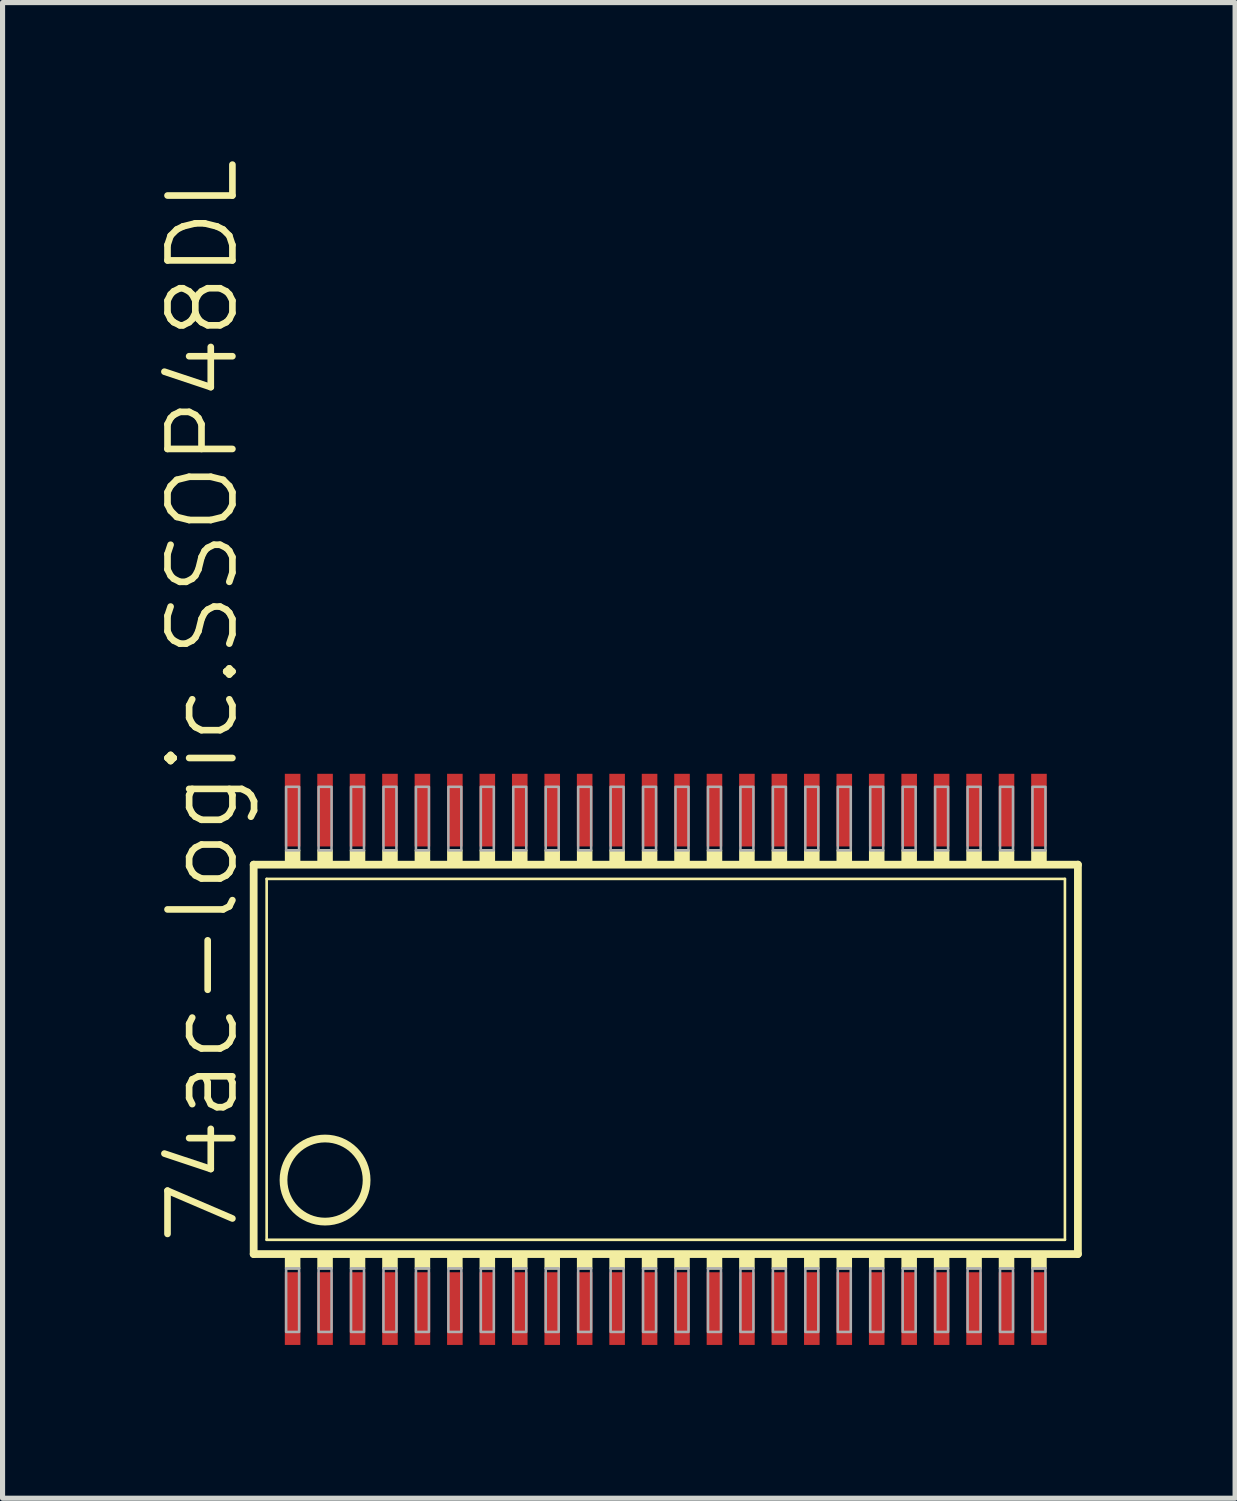
<source format=kicad_pcb>
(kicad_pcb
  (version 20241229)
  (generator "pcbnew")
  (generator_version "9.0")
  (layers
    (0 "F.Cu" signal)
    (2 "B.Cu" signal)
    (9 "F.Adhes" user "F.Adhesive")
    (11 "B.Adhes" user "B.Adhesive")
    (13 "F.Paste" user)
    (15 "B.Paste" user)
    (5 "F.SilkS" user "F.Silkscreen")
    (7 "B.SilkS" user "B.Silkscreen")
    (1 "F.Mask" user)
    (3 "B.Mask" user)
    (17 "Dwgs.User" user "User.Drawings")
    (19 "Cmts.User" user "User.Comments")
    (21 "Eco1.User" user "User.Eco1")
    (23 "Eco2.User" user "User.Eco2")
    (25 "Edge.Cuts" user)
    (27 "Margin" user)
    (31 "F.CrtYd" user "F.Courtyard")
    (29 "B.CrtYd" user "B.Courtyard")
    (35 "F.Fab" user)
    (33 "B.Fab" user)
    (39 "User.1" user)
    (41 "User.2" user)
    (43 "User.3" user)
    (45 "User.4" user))
  (footprint "74ac-logic.SSOP48DL"
    (layer "F.Cu")
    (at 9.661 17.68)
    (property "Reference" "74ac-logic.SSOP48DL" (at -8.001 3.683 90) (layer "F.SilkS") (effects (font (size 1.27 1.27) (thickness 0.13)) (justify left bottom)))
    (attr smd)
    (fp_line (start -7.747 3.81) (end -7.747 -3.81) (stroke (width 0.152) (type default)) (layer "F.SilkS"))
    (fp_line (start -7.747 3.81) (end 8.382 3.81) (stroke (width 0.152) (type default)) (layer "F.SilkS"))
    (fp_line (start -7.493 3.531) (end -7.493 -3.531) (stroke (width 0.051) (type default)) (layer "F.SilkS"))
    (fp_line (start -7.493 3.531) (end 8.128 3.531) (stroke (width 0.051) (type default)) (layer "F.SilkS"))
    (fp_line (start 8.128 -3.531) (end -7.493 -3.531) (stroke (width 0.051) (type default)) (layer "F.SilkS"))
    (fp_line (start 8.128 -3.531) (end 8.128 3.531) (stroke (width 0.051) (type default)) (layer "F.SilkS"))
    (fp_line (start 8.382 -3.81) (end -7.747 -3.81) (stroke (width 0.152) (type default)) (layer "F.SilkS"))
    (fp_line (start 8.382 3.81) (end 8.382 -3.81) (stroke (width 0.152) (type default)) (layer "F.SilkS"))
    (fp_rect (start -7.112 -3.81) (end -6.858 -4.089) (stroke (width 0.05) (type default)) (fill yes) (layer "F.SilkS"))
    (fp_rect (start -7.112 4.089) (end -6.858 3.81) (stroke (width 0.05) (type default)) (fill yes) (layer "F.SilkS"))
    (fp_rect (start -6.477 -3.81) (end -6.223 -4.089) (stroke (width 0.05) (type default)) (fill yes) (layer "F.SilkS"))
    (fp_rect (start -6.477 4.089) (end -6.223 3.81) (stroke (width 0.05) (type default)) (fill yes) (layer "F.SilkS"))
    (fp_rect (start -5.842 -3.81) (end -5.588 -4.089) (stroke (width 0.05) (type default)) (fill yes) (layer "F.SilkS"))
    (fp_rect (start -5.842 4.089) (end -5.588 3.81) (stroke (width 0.05) (type default)) (fill yes) (layer "F.SilkS"))
    (fp_rect (start -5.207 -3.81) (end -4.953 -4.089) (stroke (width 0.05) (type default)) (fill yes) (layer "F.SilkS"))
    (fp_rect (start -5.207 4.089) (end -4.953 3.81) (stroke (width 0.05) (type default)) (fill yes) (layer "F.SilkS"))
    (fp_rect (start -4.572 -3.81) (end -4.318 -4.089) (stroke (width 0.05) (type default)) (fill yes) (layer "F.SilkS"))
    (fp_rect (start -4.572 4.089) (end -4.318 3.81) (stroke (width 0.05) (type default)) (fill yes) (layer "F.SilkS"))
    (fp_rect (start -3.937 -3.81) (end -3.683 -4.089) (stroke (width 0.05) (type default)) (fill yes) (layer "F.SilkS"))
    (fp_rect (start -3.937 4.089) (end -3.683 3.81) (stroke (width 0.05) (type default)) (fill yes) (layer "F.SilkS"))
    (fp_rect (start -3.302 -3.81) (end -3.048 -4.089) (stroke (width 0.05) (type default)) (fill yes) (layer "F.SilkS"))
    (fp_rect (start -3.302 4.089) (end -3.048 3.81) (stroke (width 0.05) (type default)) (fill yes) (layer "F.SilkS"))
    (fp_rect (start -2.667 -3.81) (end -2.413 -4.089) (stroke (width 0.05) (type default)) (fill yes) (layer "F.SilkS"))
    (fp_rect (start -2.667 4.089) (end -2.413 3.81) (stroke (width 0.05) (type default)) (fill yes) (layer "F.SilkS"))
    (fp_rect (start -2.032 -3.81) (end -1.778 -4.089) (stroke (width 0.05) (type default)) (fill yes) (layer "F.SilkS"))
    (fp_rect (start -2.032 4.089) (end -1.778 3.81) (stroke (width 0.05) (type default)) (fill yes) (layer "F.SilkS"))
    (fp_rect (start -1.397 -3.81) (end -1.143 -4.089) (stroke (width 0.05) (type default)) (fill yes) (layer "F.SilkS"))
    (fp_rect (start -1.397 4.089) (end -1.143 3.81) (stroke (width 0.05) (type default)) (fill yes) (layer "F.SilkS"))
    (fp_rect (start -0.762 -3.81) (end -0.508 -4.089) (stroke (width 0.05) (type default)) (fill yes) (layer "F.SilkS"))
    (fp_rect (start -0.762 4.089) (end -0.508 3.81) (stroke (width 0.05) (type default)) (fill yes) (layer "F.SilkS"))
    (fp_rect (start -0.127 -3.81) (end 0.127 -4.089) (stroke (width 0.05) (type default)) (fill yes) (layer "F.SilkS"))
    (fp_rect (start -0.127 4.089) (end 0.127 3.81) (stroke (width 0.05) (type default)) (fill yes) (layer "F.SilkS"))
    (fp_rect (start 0.508 -3.81) (end 0.762 -4.089) (stroke (width 0.05) (type default)) (fill yes) (layer "F.SilkS"))
    (fp_rect (start 0.508 4.089) (end 0.762 3.81) (stroke (width 0.05) (type default)) (fill yes) (layer "F.SilkS"))
    (fp_rect (start 1.143 -3.81) (end 1.397 -4.089) (stroke (width 0.05) (type default)) (fill yes) (layer "F.SilkS"))
    (fp_rect (start 1.143 4.089) (end 1.397 3.81) (stroke (width 0.05) (type default)) (fill yes) (layer "F.SilkS"))
    (fp_rect (start 1.778 -3.81) (end 2.032 -4.089) (stroke (width 0.05) (type default)) (fill yes) (layer "F.SilkS"))
    (fp_rect (start 1.778 4.089) (end 2.032 3.81) (stroke (width 0.05) (type default)) (fill yes) (layer "F.SilkS"))
    (fp_rect (start 2.413 -3.81) (end 2.667 -4.089) (stroke (width 0.05) (type default)) (fill yes) (layer "F.SilkS"))
    (fp_rect (start 2.413 4.089) (end 2.667 3.81) (stroke (width 0.05) (type default)) (fill yes) (layer "F.SilkS"))
    (fp_rect (start 3.048 -3.81) (end 3.302 -4.089) (stroke (width 0.05) (type default)) (fill yes) (layer "F.SilkS"))
    (fp_rect (start 3.048 4.089) (end 3.302 3.81) (stroke (width 0.05) (type default)) (fill yes) (layer "F.SilkS"))
    (fp_rect (start 3.683 -3.81) (end 3.937 -4.089) (stroke (width 0.05) (type default)) (fill yes) (layer "F.SilkS"))
    (fp_rect (start 3.683 4.089) (end 3.937 3.81) (stroke (width 0.05) (type default)) (fill yes) (layer "F.SilkS"))
    (fp_rect (start 4.318 -3.81) (end 4.572 -4.089) (stroke (width 0.05) (type default)) (fill yes) (layer "F.SilkS"))
    (fp_rect (start 4.318 4.089) (end 4.572 3.81) (stroke (width 0.05) (type default)) (fill yes) (layer "F.SilkS"))
    (fp_rect (start 4.953 -3.81) (end 5.207 -4.089) (stroke (width 0.05) (type default)) (fill yes) (layer "F.SilkS"))
    (fp_rect (start 4.953 4.089) (end 5.207 3.81) (stroke (width 0.05) (type default)) (fill yes) (layer "F.SilkS"))
    (fp_rect (start 5.588 -3.81) (end 5.842 -4.089) (stroke (width 0.05) (type default)) (fill yes) (layer "F.SilkS"))
    (fp_rect (start 5.588 4.089) (end 5.842 3.81) (stroke (width 0.05) (type default)) (fill yes) (layer "F.SilkS"))
    (fp_rect (start 6.223 -3.81) (end 6.477 -4.089) (stroke (width 0.05) (type default)) (fill yes) (layer "F.SilkS"))
    (fp_rect (start 6.223 4.089) (end 6.477 3.81) (stroke (width 0.05) (type default)) (fill yes) (layer "F.SilkS"))
    (fp_rect (start 6.858 -3.81) (end 7.112 -4.089) (stroke (width 0.05) (type default)) (fill yes) (layer "F.SilkS"))
    (fp_rect (start 6.858 4.089) (end 7.112 3.81) (stroke (width 0.05) (type default)) (fill yes) (layer "F.SilkS"))
    (fp_rect (start 7.493 -3.81) (end 7.747 -4.089) (stroke (width 0.05) (type default)) (fill yes) (layer "F.SilkS"))
    (fp_rect (start 7.493 4.089) (end 7.747 3.81) (stroke (width 0.05) (type default)) (fill yes) (layer "F.SilkS"))
    (fp_circle (center -6.35 2.362) (end -5.537 2.362) (stroke (width 0.152) (type default)) (fill no) (layer "F.SilkS"))
    (fp_rect (start -7.112 -4.089) (end -6.858 -5.334) (stroke (width 0.05) (type default)) (fill no) (layer "F.Fab"))
    (fp_rect (start -7.112 5.334) (end -6.858 4.089) (stroke (width 0.05) (type default)) (fill no) (layer "F.Fab"))
    (fp_rect (start -6.477 -4.089) (end -6.223 -5.334) (stroke (width 0.05) (type default)) (fill no) (layer "F.Fab"))
    (fp_rect (start -6.477 5.334) (end -6.223 4.089) (stroke (width 0.05) (type default)) (fill no) (layer "F.Fab"))
    (fp_rect (start -5.842 -4.089) (end -5.588 -5.334) (stroke (width 0.05) (type default)) (fill no) (layer "F.Fab"))
    (fp_rect (start -5.842 5.334) (end -5.588 4.089) (stroke (width 0.05) (type default)) (fill no) (layer "F.Fab"))
    (fp_rect (start -5.207 -4.089) (end -4.953 -5.334) (stroke (width 0.05) (type default)) (fill no) (layer "F.Fab"))
    (fp_rect (start -5.207 5.334) (end -4.953 4.089) (stroke (width 0.05) (type default)) (fill no) (layer "F.Fab"))
    (fp_rect (start -4.572 -4.089) (end -4.318 -5.334) (stroke (width 0.05) (type default)) (fill no) (layer "F.Fab"))
    (fp_rect (start -4.572 5.334) (end -4.318 4.089) (stroke (width 0.05) (type default)) (fill no) (layer "F.Fab"))
    (fp_rect (start -3.937 -4.089) (end -3.683 -5.334) (stroke (width 0.05) (type default)) (fill no) (layer "F.Fab"))
    (fp_rect (start -3.937 5.334) (end -3.683 4.089) (stroke (width 0.05) (type default)) (fill no) (layer "F.Fab"))
    (fp_rect (start -3.302 -4.089) (end -3.048 -5.334) (stroke (width 0.05) (type default)) (fill no) (layer "F.Fab"))
    (fp_rect (start -3.302 5.334) (end -3.048 4.089) (stroke (width 0.05) (type default)) (fill no) (layer "F.Fab"))
    (fp_rect (start -2.667 -4.089) (end -2.413 -5.334) (stroke (width 0.05) (type default)) (fill no) (layer "F.Fab"))
    (fp_rect (start -2.667 5.334) (end -2.413 4.089) (stroke (width 0.05) (type default)) (fill no) (layer "F.Fab"))
    (fp_rect (start -2.032 -4.089) (end -1.778 -5.334) (stroke (width 0.05) (type default)) (fill no) (layer "F.Fab"))
    (fp_rect (start -2.032 5.334) (end -1.778 4.089) (stroke (width 0.05) (type default)) (fill no) (layer "F.Fab"))
    (fp_rect (start -1.397 -4.089) (end -1.143 -5.334) (stroke (width 0.05) (type default)) (fill no) (layer "F.Fab"))
    (fp_rect (start -1.397 5.334) (end -1.143 4.089) (stroke (width 0.05) (type default)) (fill no) (layer "F.Fab"))
    (fp_rect (start -0.762 -4.089) (end -0.508 -5.334) (stroke (width 0.05) (type default)) (fill no) (layer "F.Fab"))
    (fp_rect (start -0.762 5.334) (end -0.508 4.089) (stroke (width 0.05) (type default)) (fill no) (layer "F.Fab"))
    (fp_rect (start -0.127 -4.089) (end 0.127 -5.334) (stroke (width 0.05) (type default)) (fill no) (layer "F.Fab"))
    (fp_rect (start -0.127 5.334) (end 0.127 4.089) (stroke (width 0.05) (type default)) (fill no) (layer "F.Fab"))
    (fp_rect (start 0.508 -4.089) (end 0.762 -5.334) (stroke (width 0.05) (type default)) (fill no) (layer "F.Fab"))
    (fp_rect (start 0.508 5.334) (end 0.762 4.089) (stroke (width 0.05) (type default)) (fill no) (layer "F.Fab"))
    (fp_rect (start 1.143 -4.089) (end 1.397 -5.334) (stroke (width 0.05) (type default)) (fill no) (layer "F.Fab"))
    (fp_rect (start 1.143 5.334) (end 1.397 4.089) (stroke (width 0.05) (type default)) (fill no) (layer "F.Fab"))
    (fp_rect (start 1.778 -4.089) (end 2.032 -5.334) (stroke (width 0.05) (type default)) (fill no) (layer "F.Fab"))
    (fp_rect (start 1.778 5.334) (end 2.032 4.089) (stroke (width 0.05) (type default)) (fill no) (layer "F.Fab"))
    (fp_rect (start 2.413 -4.089) (end 2.667 -5.334) (stroke (width 0.05) (type default)) (fill no) (layer "F.Fab"))
    (fp_rect (start 2.413 5.334) (end 2.667 4.089) (stroke (width 0.05) (type default)) (fill no) (layer "F.Fab"))
    (fp_rect (start 3.048 -4.089) (end 3.302 -5.334) (stroke (width 0.05) (type default)) (fill no) (layer "F.Fab"))
    (fp_rect (start 3.048 5.334) (end 3.302 4.089) (stroke (width 0.05) (type default)) (fill no) (layer "F.Fab"))
    (fp_rect (start 3.683 -4.089) (end 3.937 -5.334) (stroke (width 0.05) (type default)) (fill no) (layer "F.Fab"))
    (fp_rect (start 3.683 5.334) (end 3.937 4.089) (stroke (width 0.05) (type default)) (fill no) (layer "F.Fab"))
    (fp_rect (start 4.318 -4.089) (end 4.572 -5.334) (stroke (width 0.05) (type default)) (fill no) (layer "F.Fab"))
    (fp_rect (start 4.318 5.334) (end 4.572 4.089) (stroke (width 0.05) (type default)) (fill no) (layer "F.Fab"))
    (fp_rect (start 4.953 -4.089) (end 5.207 -5.334) (stroke (width 0.05) (type default)) (fill no) (layer "F.Fab"))
    (fp_rect (start 4.953 5.334) (end 5.207 4.089) (stroke (width 0.05) (type default)) (fill no) (layer "F.Fab"))
    (fp_rect (start 5.588 -4.089) (end 5.842 -5.334) (stroke (width 0.05) (type default)) (fill no) (layer "F.Fab"))
    (fp_rect (start 5.588 5.334) (end 5.842 4.089) (stroke (width 0.05) (type default)) (fill no) (layer "F.Fab"))
    (fp_rect (start 6.223 -4.089) (end 6.477 -5.334) (stroke (width 0.05) (type default)) (fill no) (layer "F.Fab"))
    (fp_rect (start 6.223 5.334) (end 6.477 4.089) (stroke (width 0.05) (type default)) (fill no) (layer "F.Fab"))
    (fp_rect (start 6.858 -4.089) (end 7.112 -5.334) (stroke (width 0.05) (type default)) (fill no) (layer "F.Fab"))
    (fp_rect (start 6.858 5.334) (end 7.112 4.089) (stroke (width 0.05) (type default)) (fill no) (layer "F.Fab"))
    (fp_rect (start 7.493 -4.089) (end 7.747 -5.334) (stroke (width 0.05) (type default)) (fill no) (layer "F.Fab"))
    (fp_rect (start 7.493 5.334) (end 7.747 4.089) (stroke (width 0.05) (type default)) (fill no) (layer "F.Fab"))
    (pad "1" smd roundrect (at -6.985 4.877) (size 0.305 1.422) (layers "F.Cu" "F.Mask" "F.Paste") (roundrect_rratio 0.01))
    (pad "2" smd roundrect (at -6.35 4.877) (size 0.305 1.422) (layers "F.Cu" "F.Mask" "F.Paste") (roundrect_rratio 0.01))
    (pad "3" smd roundrect (at -5.715 4.877) (size 0.305 1.422) (layers "F.Cu" "F.Mask" "F.Paste") (roundrect_rratio 0.01))
    (pad "4" smd roundrect (at -5.08 4.877) (size 0.305 1.422) (layers "F.Cu" "F.Mask" "F.Paste") (roundrect_rratio 0.01))
    (pad "5" smd roundrect (at -4.445 4.877) (size 0.305 1.422) (layers "F.Cu" "F.Mask" "F.Paste") (roundrect_rratio 0.01))
    (pad "6" smd roundrect (at -3.81 4.877) (size 0.305 1.422) (layers "F.Cu" "F.Mask" "F.Paste") (roundrect_rratio 0.01))
    (pad "7" smd roundrect (at -3.175 4.877) (size 0.305 1.422) (layers "F.Cu" "F.Mask" "F.Paste") (roundrect_rratio 0.01))
    (pad "8" smd roundrect (at -2.54 4.877) (size 0.305 1.422) (layers "F.Cu" "F.Mask" "F.Paste") (roundrect_rratio 0.01))
    (pad "9" smd roundrect (at -1.905 4.877) (size 0.305 1.422) (layers "F.Cu" "F.Mask" "F.Paste") (roundrect_rratio 0.01))
    (pad "10" smd roundrect (at -1.27 4.877) (size 0.305 1.422) (layers "F.Cu" "F.Mask" "F.Paste") (roundrect_rratio 0.01))
    (pad "11" smd roundrect (at -0.635 4.877) (size 0.305 1.422) (layers "F.Cu" "F.Mask" "F.Paste") (roundrect_rratio 0.01))
    (pad "12" smd roundrect (at 0 4.877) (size 0.305 1.422) (layers "F.Cu" "F.Mask" "F.Paste") (roundrect_rratio 0.01))
    (pad "13" smd roundrect (at 0.635 4.877) (size 0.305 1.422) (layers "F.Cu" "F.Mask" "F.Paste") (roundrect_rratio 0.01))
    (pad "14" smd roundrect (at 1.27 4.877) (size 0.305 1.422) (layers "F.Cu" "F.Mask" "F.Paste") (roundrect_rratio 0.01))
    (pad "15" smd roundrect (at 1.905 4.877) (size 0.305 1.422) (layers "F.Cu" "F.Mask" "F.Paste") (roundrect_rratio 0.01))
    (pad "16" smd roundrect (at 2.54 4.877) (size 0.305 1.422) (layers "F.Cu" "F.Mask" "F.Paste") (roundrect_rratio 0.01))
    (pad "17" smd roundrect (at 3.175 4.877) (size 0.305 1.422) (layers "F.Cu" "F.Mask" "F.Paste") (roundrect_rratio 0.01))
    (pad "18" smd roundrect (at 3.81 4.877) (size 0.305 1.422) (layers "F.Cu" "F.Mask" "F.Paste") (roundrect_rratio 0.01))
    (pad "19" smd roundrect (at 4.445 4.877) (size 0.305 1.422) (layers "F.Cu" "F.Mask" "F.Paste") (roundrect_rratio 0.01))
    (pad "20" smd roundrect (at 5.08 4.877) (size 0.305 1.422) (layers "F.Cu" "F.Mask" "F.Paste") (roundrect_rratio 0.01))
    (pad "21" smd roundrect (at 5.715 4.877) (size 0.305 1.422) (layers "F.Cu" "F.Mask" "F.Paste") (roundrect_rratio 0.01))
    (pad "22" smd roundrect (at 6.35 4.877) (size 0.305 1.422) (layers "F.Cu" "F.Mask" "F.Paste") (roundrect_rratio 0.01))
    (pad "23" smd roundrect (at 6.985 4.877) (size 0.305 1.422) (layers "F.Cu" "F.Mask" "F.Paste") (roundrect_rratio 0.01))
    (pad "24" smd roundrect (at 7.62 4.877) (size 0.305 1.422) (layers "F.Cu" "F.Mask" "F.Paste") (roundrect_rratio 0.01))
    (pad "25" smd roundrect (at 7.62 -4.877) (size 0.305 1.422) (layers "F.Cu" "F.Mask" "F.Paste") (roundrect_rratio 0.01))
    (pad "26" smd roundrect (at 6.985 -4.877) (size 0.305 1.422) (layers "F.Cu" "F.Mask" "F.Paste") (roundrect_rratio 0.01))
    (pad "27" smd roundrect (at 6.35 -4.877) (size 0.305 1.422) (layers "F.Cu" "F.Mask" "F.Paste") (roundrect_rratio 0.01))
    (pad "28" smd roundrect (at 5.715 -4.877) (size 0.305 1.422) (layers "F.Cu" "F.Mask" "F.Paste") (roundrect_rratio 0.01))
    (pad "29" smd roundrect (at 5.08 -4.877) (size 0.305 1.422) (layers "F.Cu" "F.Mask" "F.Paste") (roundrect_rratio 0.01))
    (pad "30" smd roundrect (at 4.445 -4.877) (size 0.305 1.422) (layers "F.Cu" "F.Mask" "F.Paste") (roundrect_rratio 0.01))
    (pad "31" smd roundrect (at 3.81 -4.877) (size 0.305 1.422) (layers "F.Cu" "F.Mask" "F.Paste") (roundrect_rratio 0.01))
    (pad "32" smd roundrect (at 3.175 -4.877) (size 0.305 1.422) (layers "F.Cu" "F.Mask" "F.Paste") (roundrect_rratio 0.01))
    (pad "33" smd roundrect (at 2.54 -4.877) (size 0.305 1.422) (layers "F.Cu" "F.Mask" "F.Paste") (roundrect_rratio 0.01))
    (pad "34" smd roundrect (at 1.905 -4.877) (size 0.305 1.422) (layers "F.Cu" "F.Mask" "F.Paste") (roundrect_rratio 0.01))
    (pad "35" smd roundrect (at 1.27 -4.877) (size 0.305 1.422) (layers "F.Cu" "F.Mask" "F.Paste") (roundrect_rratio 0.01))
    (pad "36" smd roundrect (at 0.635 -4.877) (size 0.305 1.422) (layers "F.Cu" "F.Mask" "F.Paste") (roundrect_rratio 0.01))
    (pad "37" smd roundrect (at 0 -4.877) (size 0.305 1.422) (layers "F.Cu" "F.Mask" "F.Paste") (roundrect_rratio 0.01))
    (pad "38" smd roundrect (at -0.635 -4.877) (size 0.305 1.422) (layers "F.Cu" "F.Mask" "F.Paste") (roundrect_rratio 0.01))
    (pad "39" smd roundrect (at -1.27 -4.877) (size 0.305 1.422) (layers "F.Cu" "F.Mask" "F.Paste") (roundrect_rratio 0.01))
    (pad "40" smd roundrect (at -1.905 -4.877) (size 0.305 1.422) (layers "F.Cu" "F.Mask" "F.Paste") (roundrect_rratio 0.01))
    (pad "41" smd roundrect (at -2.54 -4.877) (size 0.305 1.422) (layers "F.Cu" "F.Mask" "F.Paste") (roundrect_rratio 0.01))
    (pad "42" smd roundrect (at -3.175 -4.877) (size 0.305 1.422) (layers "F.Cu" "F.Mask" "F.Paste") (roundrect_rratio 0.01))
    (pad "43" smd roundrect (at -3.81 -4.877) (size 0.305 1.422) (layers "F.Cu" "F.Mask" "F.Paste") (roundrect_rratio 0.01))
    (pad "44" smd roundrect (at -4.445 -4.877) (size 0.305 1.422) (layers "F.Cu" "F.Mask" "F.Paste") (roundrect_rratio 0.01))
    (pad "45" smd roundrect (at -5.08 -4.877) (size 0.305 1.422) (layers "F.Cu" "F.Mask" "F.Paste") (roundrect_rratio 0.01))
    (pad "46" smd roundrect (at -5.715 -4.877) (size 0.305 1.422) (layers "F.Cu" "F.Mask" "F.Paste") (roundrect_rratio 0.01))
    (pad "47" smd roundrect (at -6.35 -4.877) (size 0.305 1.422) (layers "F.Cu" "F.Mask" "F.Paste") (roundrect_rratio 0.01))
    (pad "48" smd roundrect (at -6.985 -4.877) (size 0.305 1.422) (layers "F.Cu" "F.Mask" "F.Paste") (roundrect_rratio 0.01)))
  (gr_rect
    (start -3 -3)
    (end 21.119 26.268)
    (stroke (width 0.1) (type default))
    (fill no)
    (layer "Edge.Cuts")))
</source>
